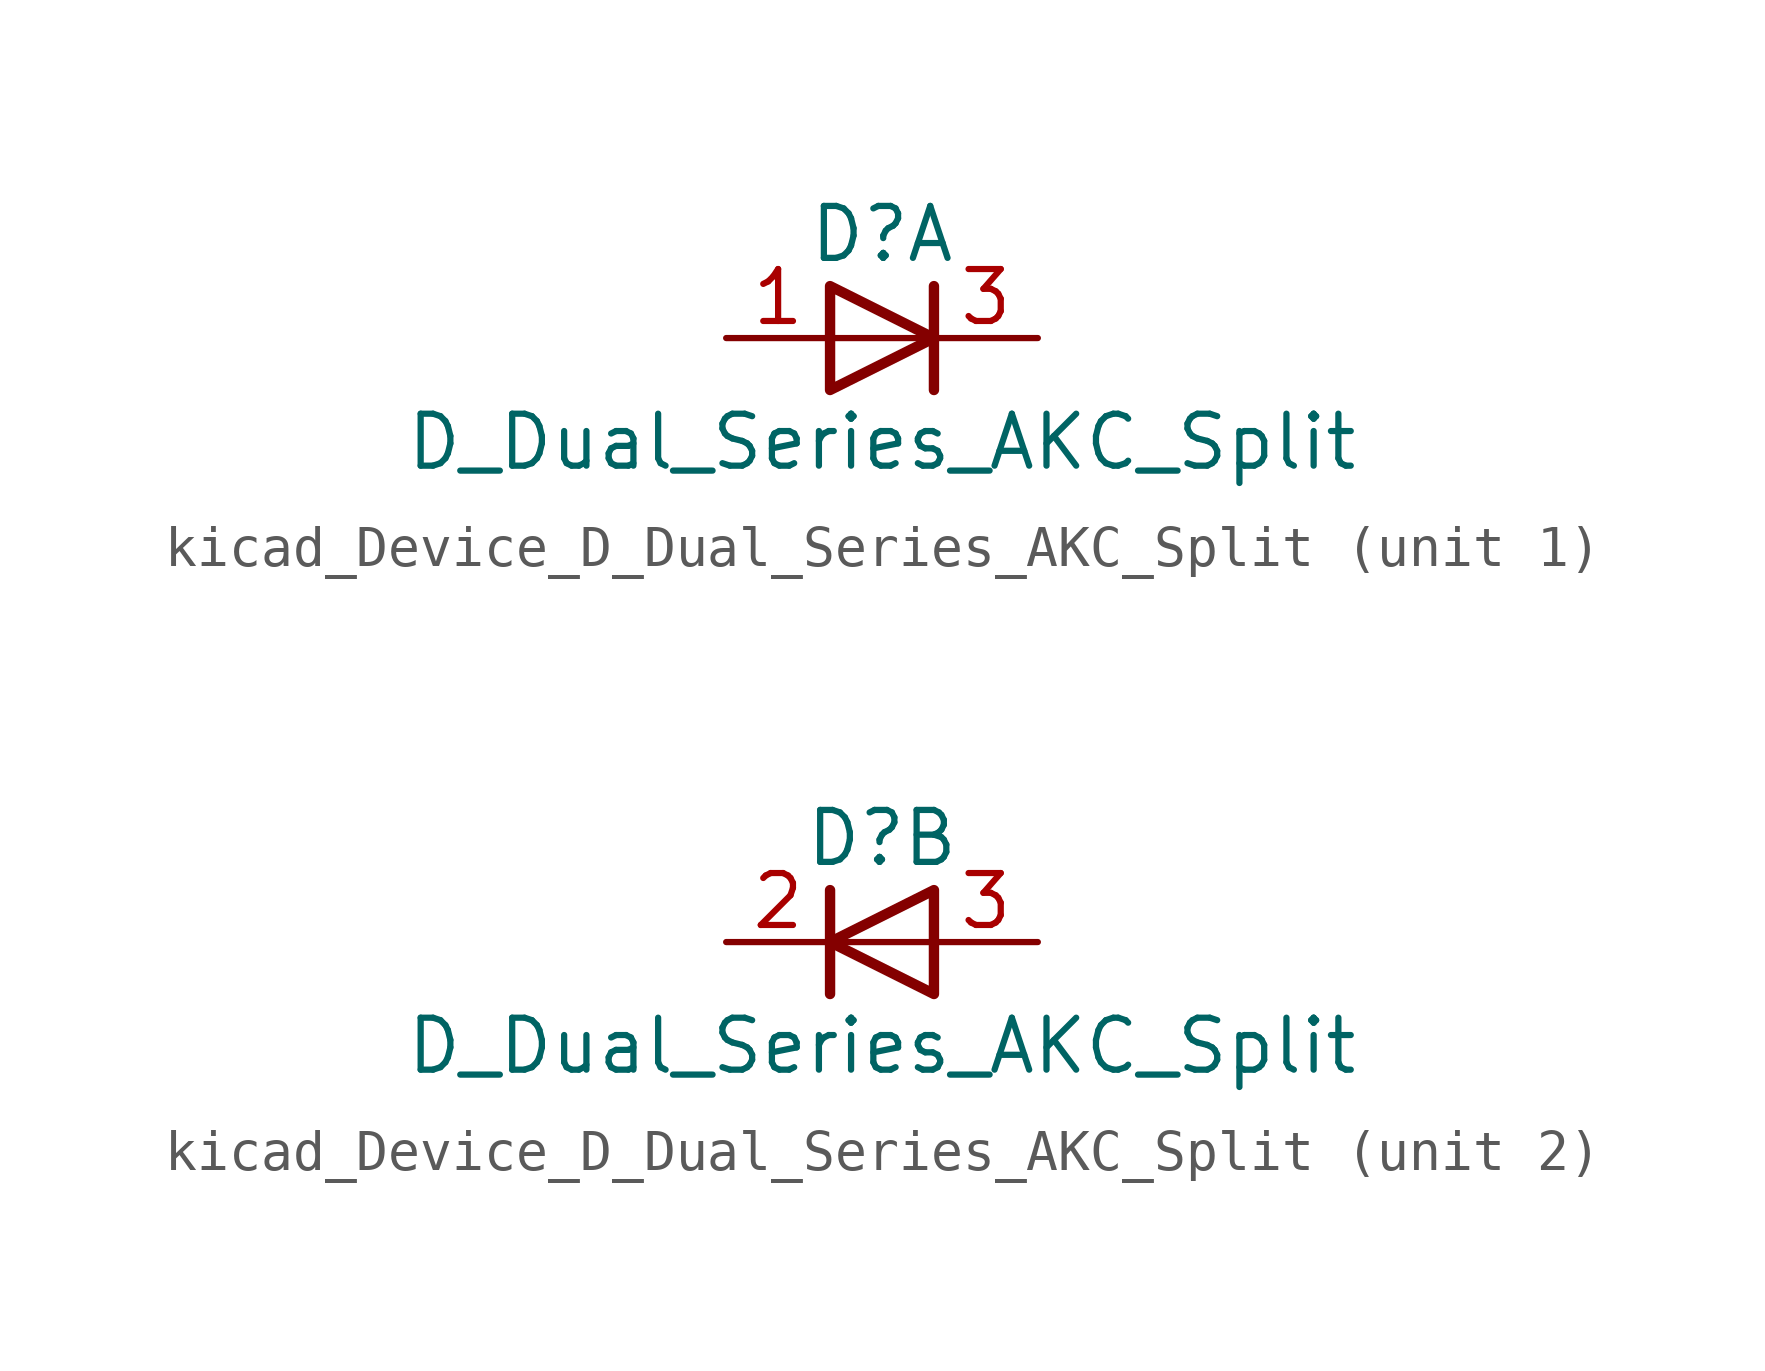
<source format=kicad_sym>
(kicad_symbol_lib
  (version 20220914)
  (generator kicad_symbol_editor)
  (symbol "kicad_Device_D_Dual_Series_AKC_Split"
    (pin_names
      (offset 0.762) hide)
    (property "Reference" "D"
      (at 0 2.54 0)
      (effects (font (size 1.27 1.27))))
    (property "Value" "D_Dual_Series_AKC_Split"
      (at 0 -2.54 0)
      (effects (font (size 1.27 1.27))))
    (property "ki_locked" ""
      (at 0 0 0)
      (effects (font (size 1.27 1.27))))
    (symbol "kicad_Device_D_Dual_Series_AKC_Split_0_1"
      (pin passive line (at 3.81 0 180) (length 2.54) (name "K" (effects (font (size 1.27 1.27)))) (number "3" (effects (font (size 1.27 1.27))))))
    (symbol "kicad_Device_D_Dual_Series_AKC_Split_1_0"
      (polyline (pts (xy 1.27 1.27) (xy 1.27 -1.27)) (stroke (width 0.254) (type default)) (fill (type none))))
    (symbol "kicad_Device_D_Dual_Series_AKC_Split_1_1"
      (polyline (pts (xy 1.27 0) (xy -1.27 0)) (stroke (width 0) (type default)) (fill (type none)))
      (polyline (pts (xy -1.27 1.27) (xy 1.27 0) (xy -1.27 -1.27) (xy -1.27 1.27) (xy -1.27 1.27) (xy -1.27 1.27)) (stroke (width 0.254) (type default)) (fill (type none)))
      (pin passive line (at -3.81 0 0) (length 2.54) (name "A" (effects (font (size 1.27 1.27)))) (number "1" (effects (font (size 1.27 1.27))))))
    (symbol "kicad_Device_D_Dual_Series_AKC_Split_2_0"
      (polyline (pts (xy -1.27 1.27) (xy -1.27 -1.27)) (stroke (width 0.254) (type default)) (fill (type none))))
    (symbol "kicad_Device_D_Dual_Series_AKC_Split_2_1"
      (polyline (pts (xy -1.27 0) (xy 1.27 0)) (stroke (width 0) (type default)) (fill (type none)))
      (polyline (pts (xy 1.27 1.27) (xy -1.27 0) (xy 1.27 -1.27) (xy 1.27 1.27) (xy 1.27 1.27) (xy 1.27 1.27)) (stroke (width 0.254) (type default)) (fill (type none)))
      (pin passive line (at -3.81 0 0) (length 2.54) (name "K" (effects (font (size 1.27 1.27)))) (number "2" (effects (font (size 1.27 1.27))))))))
</source>
